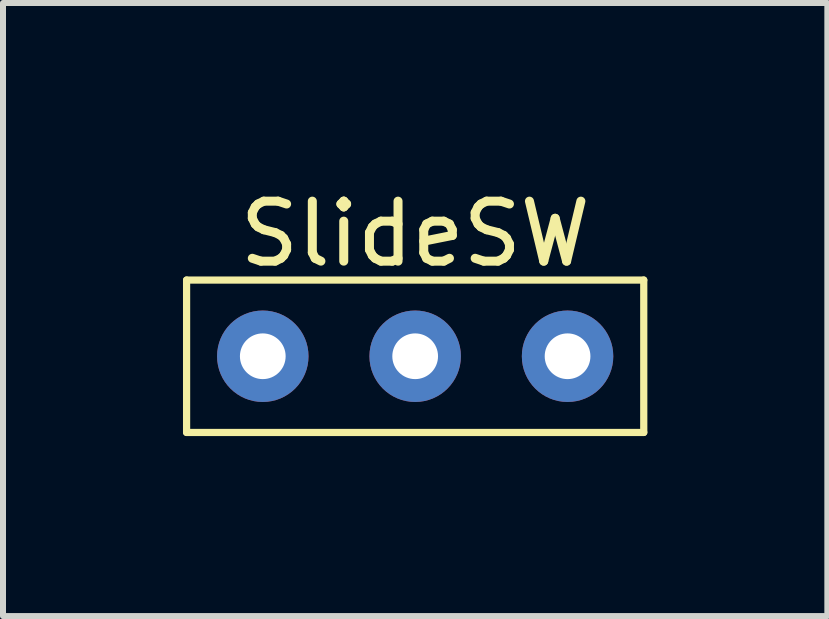
<source format=kicad_pcb>
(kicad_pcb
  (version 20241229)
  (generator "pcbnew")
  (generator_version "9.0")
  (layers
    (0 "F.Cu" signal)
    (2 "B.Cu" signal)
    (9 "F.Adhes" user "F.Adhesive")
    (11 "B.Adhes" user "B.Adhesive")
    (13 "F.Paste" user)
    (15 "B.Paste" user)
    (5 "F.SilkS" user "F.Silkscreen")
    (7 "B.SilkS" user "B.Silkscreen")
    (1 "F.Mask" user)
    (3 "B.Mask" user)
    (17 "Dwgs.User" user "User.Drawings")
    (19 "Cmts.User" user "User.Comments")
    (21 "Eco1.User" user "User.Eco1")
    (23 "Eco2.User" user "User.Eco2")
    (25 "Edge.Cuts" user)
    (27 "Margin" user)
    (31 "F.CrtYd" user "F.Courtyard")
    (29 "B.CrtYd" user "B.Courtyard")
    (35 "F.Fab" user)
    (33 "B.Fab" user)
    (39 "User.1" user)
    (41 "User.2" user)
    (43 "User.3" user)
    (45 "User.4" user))
  (footprint "SlideSW"
    (layer "F.Cu")
    (at 3.87 0.348)
    (property "Reference" "SlideSW" (at 0 0.5 0) (layer "F.SilkS") (effects (font (size 1 1) (thickness 0.15))))
    (attr through_hole)
    (fp_line (start -3.81 1.27) (end -3.81 3.81) (stroke (width 0.12) (type solid)) (layer "F.SilkS"))
    (fp_line (start -3.81 3.81) (end 3.81 3.81) (stroke (width 0.12) (type solid)) (layer "F.SilkS"))
    (fp_line (start 3.81 1.27) (end -3.81 1.27) (stroke (width 0.12) (type solid)) (layer "F.SilkS"))
    (fp_line (start 3.81 3.81) (end 3.81 1.27) (stroke (width 0.12) (type solid)) (layer "F.SilkS"))
    (pad "1" thru_hole circle (at -2.54 2.54) (size 1.524 1.524) (drill 0.762) (layers "*.Cu" "*.Mask"))
    (pad "2" thru_hole circle (at 0 2.54) (size 1.524 1.524) (drill 0.762) (layers "*.Cu" "*.Mask"))
    (pad "3" thru_hole circle (at 2.54 2.54) (size 1.524 1.524) (drill 0.762) (layers "*.Cu" "*.Mask")))
  (gr_rect
    (start -3 -3)
    (end 10.74 7.218)
    (stroke (width 0.1) (type default))
    (fill no)
    (layer "Edge.Cuts")))
</source>
